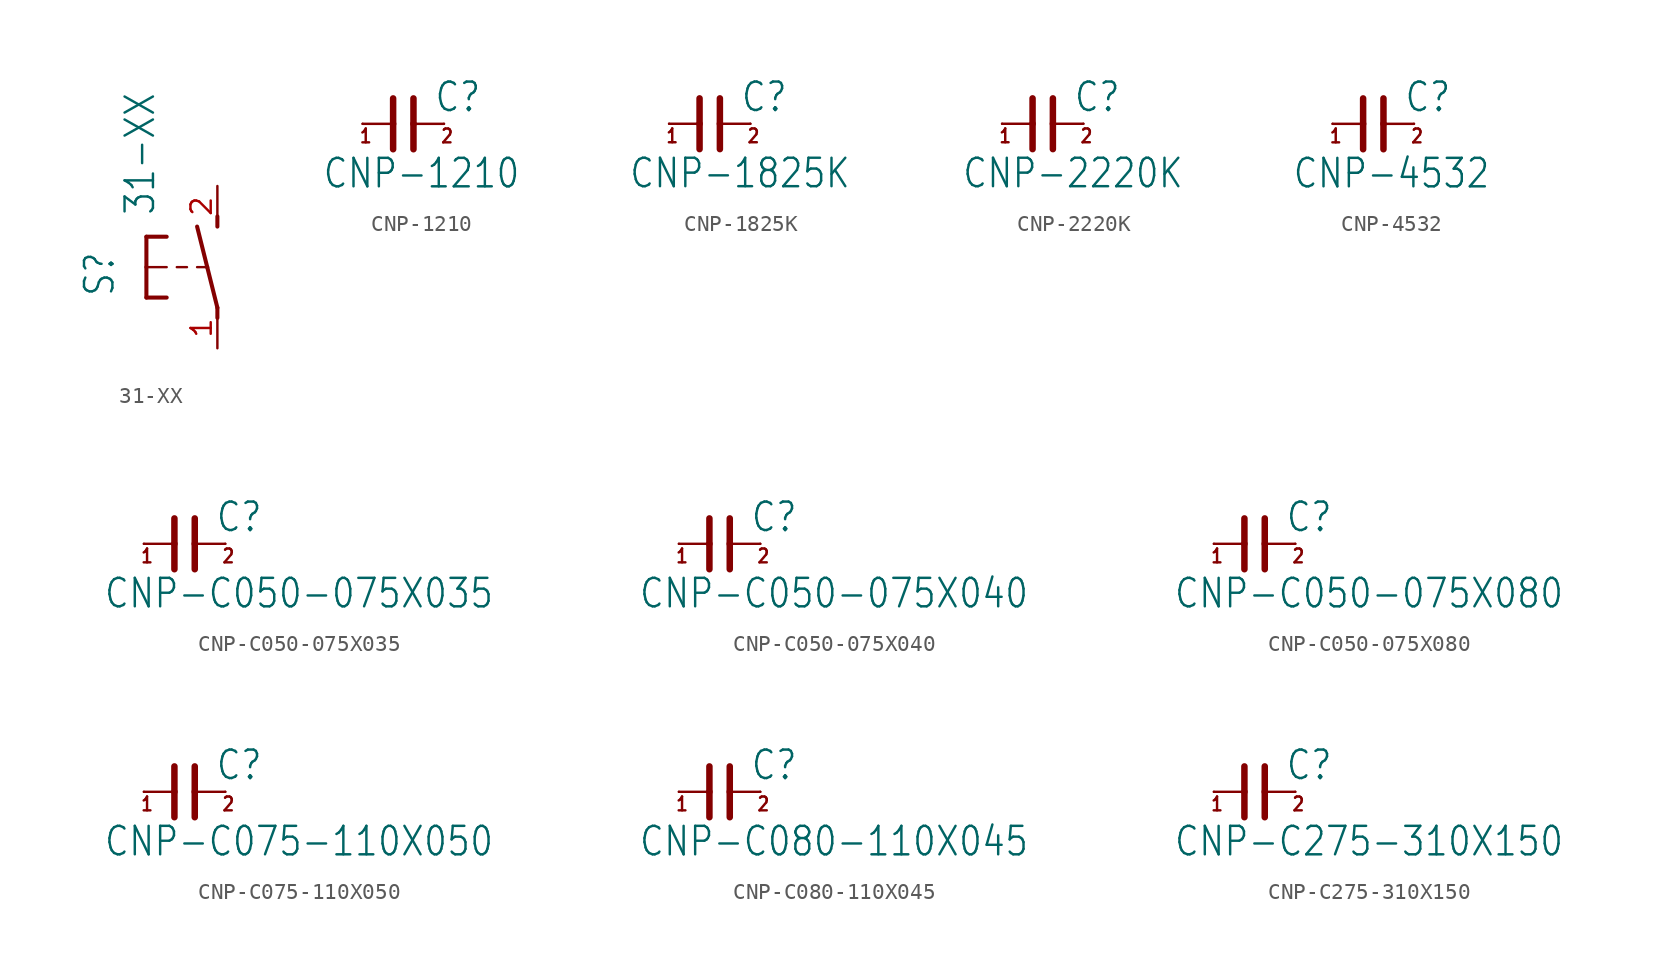
<source format=kicad_sym>
(kicad_symbol_lib
  (version 20211014)
  (generator kicad_symbol_editor)
  (symbol "31-XX"
    (property "Reference" "S"
      (at -6.35 -1.905 90)
      (effects (font (size 1.778 1.511)) (justify left bottom)))
    (property "Value" "31-XX"
      (at -3.81 3.175 90)
      (effects (font (size 1.778 1.511)) (justify left bottom)))
    (property "ki_locked" ""
      (at 0 0 0)
      (effects (font (size 1.27 1.27))))
    (symbol "31-XX_1_0"
      (polyline (pts (xy -4.445 -1.905) (xy -3.175 -1.905)) (stroke (width 0.254) (type default) (color 0 0 0 0)) (fill (type none)))
      (polyline (pts (xy -4.445 0) (xy -4.445 -1.905)) (stroke (width 0.254) (type default) (color 0 0 0 0)) (fill (type none)))
      (polyline (pts (xy -4.445 0) (xy -3.175 0)) (stroke (width 0.152) (type default) (color 0 0 0 0)) (fill (type none)))
      (polyline (pts (xy -4.445 1.905) (xy -4.445 0)) (stroke (width 0.254) (type default) (color 0 0 0 0)) (fill (type none)))
      (polyline (pts (xy -4.445 1.905) (xy -3.175 1.905)) (stroke (width 0.254) (type default) (color 0 0 0 0)) (fill (type none)))
      (polyline (pts (xy -2.54 0) (xy -1.905 0)) (stroke (width 0.152) (type default) (color 0 0 0 0)) (fill (type none)))
      (polyline (pts (xy -1.27 0) (xy -0.635 0)) (stroke (width 0.152) (type default) (color 0 0 0 0)) (fill (type none)))
      (polyline (pts (xy -0.635 0) (xy -1.27 2.54)) (stroke (width 0.254) (type default) (color 0 0 0 0)) (fill (type none)))
      (polyline (pts (xy 0 -3.175) (xy 0 -2.54)) (stroke (width 0.254) (type default) (color 0 0 0 0)) (fill (type none)))
      (polyline (pts (xy 0 -2.54) (xy -0.635 0)) (stroke (width 0.254) (type default) (color 0 0 0 0)) (fill (type none)))
      (polyline (pts (xy 0 2.54) (xy 0 3.175)) (stroke (width 0.254) (type default) (color 0 0 0 0)) (fill (type none)))
      (pin passive line (at 0 -5.08 90) (length 2.54) (name "P" (effects (font (size 0 0)))) (number "1" (effects (font (size 1.27 1.27)))))
      (pin passive line (at 0 5.08 270) (length 2.54) (name "S" (effects (font (size 0 0)))) (number "2" (effects (font (size 1.27 1.27)))))))
  (symbol "CNP-1210"
    (property "Reference" "C"
      (at 1.905 0.635 0)
      (effects (font (size 1.778 1.511)) (justify left bottom)))
    (property "Value" "CNP-1210"
      (at -5.08 -4.128 0)
      (effects (font (size 1.778 1.511)) (justify left bottom)))
    (property "ki_locked" ""
      (at 0 0 0)
      (effects (font (size 1.27 1.27))))
    (symbol "CNP-1210_1_0"
      (polyline (pts (xy -2.54 0) (xy -0.635 0)) (stroke (width 0.152) (type default) (color 0 0 0 0)) (fill (type none)))
      (polyline (pts (xy -0.635 0) (xy -0.635 -1.587)) (stroke (width 0.406) (type default) (color 0 0 0 0)) (fill (type none)))
      (polyline (pts (xy -0.635 1.587) (xy -0.635 0)) (stroke (width 0.406) (type default) (color 0 0 0 0)) (fill (type none)))
      (polyline (pts (xy 0.635 0) (xy 0.635 -1.587)) (stroke (width 0.406) (type default) (color 0 0 0 0)) (fill (type none)))
      (polyline (pts (xy 0.635 1.587) (xy 0.635 0)) (stroke (width 0.406) (type default) (color 0 0 0 0)) (fill (type none)))
      (polyline (pts (xy 2.54 0) (xy 0.635 0)) (stroke (width 0.152) (type default) (color 0 0 0 0)) (fill (type none)))
      (text "1" (at -2.794 -1.27 0) (effects (font (size 0.864 0.734)) (justify left bottom)))
      (text "2" (at 2.286 -1.27 0) (effects (font (size 0.864 0.734)) (justify left bottom)))
      (pin passive line (at -2.54 0 0) (length 0) (name "1" (effects (font (size 0 0)))) (number "P$1" (effects (font (size 0 0)))))
      (pin passive line (at 2.54 0 180) (length 0) (name "2" (effects (font (size 0 0)))) (number "P$2" (effects (font (size 0 0)))))))
  (symbol "CNP-1825K"
    (property "Reference" "C"
      (at 1.905 0.635 0)
      (effects (font (size 1.778 1.511)) (justify left bottom)))
    (property "Value" "CNP-1825K"
      (at -5.08 -4.128 0)
      (effects (font (size 1.778 1.511)) (justify left bottom)))
    (property "ki_locked" ""
      (at 0 0 0)
      (effects (font (size 1.27 1.27))))
    (symbol "CNP-1825K_1_0"
      (polyline (pts (xy -2.54 0) (xy -0.635 0)) (stroke (width 0.152) (type default) (color 0 0 0 0)) (fill (type none)))
      (polyline (pts (xy -0.635 0) (xy -0.635 -1.587)) (stroke (width 0.406) (type default) (color 0 0 0 0)) (fill (type none)))
      (polyline (pts (xy -0.635 1.587) (xy -0.635 0)) (stroke (width 0.406) (type default) (color 0 0 0 0)) (fill (type none)))
      (polyline (pts (xy 0.635 0) (xy 0.635 -1.587)) (stroke (width 0.406) (type default) (color 0 0 0 0)) (fill (type none)))
      (polyline (pts (xy 0.635 1.587) (xy 0.635 0)) (stroke (width 0.406) (type default) (color 0 0 0 0)) (fill (type none)))
      (polyline (pts (xy 2.54 0) (xy 0.635 0)) (stroke (width 0.152) (type default) (color 0 0 0 0)) (fill (type none)))
      (text "1" (at -2.794 -1.27 0) (effects (font (size 0.864 0.734)) (justify left bottom)))
      (text "2" (at 2.286 -1.27 0) (effects (font (size 0.864 0.734)) (justify left bottom)))
      (pin passive line (at -2.54 0 0) (length 0) (name "1" (effects (font (size 0 0)))) (number "1" (effects (font (size 0 0)))))
      (pin passive line (at 2.54 0 180) (length 0) (name "2" (effects (font (size 0 0)))) (number "2" (effects (font (size 0 0)))))))
  (symbol "CNP-2220K"
    (property "Reference" "C"
      (at 1.905 0.635 0)
      (effects (font (size 1.778 1.511)) (justify left bottom)))
    (property "Value" "CNP-2220K"
      (at -5.08 -4.128 0)
      (effects (font (size 1.778 1.511)) (justify left bottom)))
    (property "ki_locked" ""
      (at 0 0 0)
      (effects (font (size 1.27 1.27))))
    (symbol "CNP-2220K_1_0"
      (polyline (pts (xy -2.54 0) (xy -0.635 0)) (stroke (width 0.152) (type default) (color 0 0 0 0)) (fill (type none)))
      (polyline (pts (xy -0.635 0) (xy -0.635 -1.587)) (stroke (width 0.406) (type default) (color 0 0 0 0)) (fill (type none)))
      (polyline (pts (xy -0.635 1.587) (xy -0.635 0)) (stroke (width 0.406) (type default) (color 0 0 0 0)) (fill (type none)))
      (polyline (pts (xy 0.635 0) (xy 0.635 -1.587)) (stroke (width 0.406) (type default) (color 0 0 0 0)) (fill (type none)))
      (polyline (pts (xy 0.635 1.587) (xy 0.635 0)) (stroke (width 0.406) (type default) (color 0 0 0 0)) (fill (type none)))
      (polyline (pts (xy 2.54 0) (xy 0.635 0)) (stroke (width 0.152) (type default) (color 0 0 0 0)) (fill (type none)))
      (text "1" (at -2.794 -1.27 0) (effects (font (size 0.864 0.734)) (justify left bottom)))
      (text "2" (at 2.286 -1.27 0) (effects (font (size 0.864 0.734)) (justify left bottom)))
      (pin passive line (at -2.54 0 0) (length 0) (name "1" (effects (font (size 0 0)))) (number "1" (effects (font (size 0 0)))))
      (pin passive line (at 2.54 0 180) (length 0) (name "2" (effects (font (size 0 0)))) (number "2" (effects (font (size 0 0)))))))
  (symbol "CNP-4532"
    (property "Reference" "C"
      (at 1.905 0.635 0)
      (effects (font (size 1.778 1.511)) (justify left bottom)))
    (property "Value" "CNP-4532"
      (at -5.08 -4.128 0)
      (effects (font (size 1.778 1.511)) (justify left bottom)))
    (property "ki_locked" ""
      (at 0 0 0)
      (effects (font (size 1.27 1.27))))
    (symbol "CNP-4532_1_0"
      (polyline (pts (xy -2.54 0) (xy -0.635 0)) (stroke (width 0.152) (type default) (color 0 0 0 0)) (fill (type none)))
      (polyline (pts (xy -0.635 0) (xy -0.635 -1.587)) (stroke (width 0.406) (type default) (color 0 0 0 0)) (fill (type none)))
      (polyline (pts (xy -0.635 1.587) (xy -0.635 0)) (stroke (width 0.406) (type default) (color 0 0 0 0)) (fill (type none)))
      (polyline (pts (xy 0.635 0) (xy 0.635 -1.587)) (stroke (width 0.406) (type default) (color 0 0 0 0)) (fill (type none)))
      (polyline (pts (xy 0.635 1.587) (xy 0.635 0)) (stroke (width 0.406) (type default) (color 0 0 0 0)) (fill (type none)))
      (polyline (pts (xy 2.54 0) (xy 0.635 0)) (stroke (width 0.152) (type default) (color 0 0 0 0)) (fill (type none)))
      (text "1" (at -2.794 -1.27 0) (effects (font (size 0.864 0.734)) (justify left bottom)))
      (text "2" (at 2.286 -1.27 0) (effects (font (size 0.864 0.734)) (justify left bottom)))
      (pin passive line (at -2.54 0 0) (length 0) (name "1" (effects (font (size 0 0)))) (number "1" (effects (font (size 0 0)))))
      (pin passive line (at 2.54 0 180) (length 0) (name "2" (effects (font (size 0 0)))) (number "2" (effects (font (size 0 0)))))))
  (symbol "CNP-C050-075X035"
    (property "Reference" "C"
      (at 1.905 0.635 0)
      (effects (font (size 1.778 1.511)) (justify left bottom)))
    (property "Value" "CNP-C050-075X035"
      (at -5.08 -4.128 0)
      (effects (font (size 1.778 1.511)) (justify left bottom)))
    (property "ki_locked" ""
      (at 0 0 0)
      (effects (font (size 1.27 1.27))))
    (symbol "CNP-C050-075X035_1_0"
      (polyline (pts (xy -2.54 0) (xy -0.635 0)) (stroke (width 0.152) (type default) (color 0 0 0 0)) (fill (type none)))
      (polyline (pts (xy -0.635 0) (xy -0.635 -1.587)) (stroke (width 0.406) (type default) (color 0 0 0 0)) (fill (type none)))
      (polyline (pts (xy -0.635 1.587) (xy -0.635 0)) (stroke (width 0.406) (type default) (color 0 0 0 0)) (fill (type none)))
      (polyline (pts (xy 0.635 0) (xy 0.635 -1.587)) (stroke (width 0.406) (type default) (color 0 0 0 0)) (fill (type none)))
      (polyline (pts (xy 0.635 1.587) (xy 0.635 0)) (stroke (width 0.406) (type default) (color 0 0 0 0)) (fill (type none)))
      (polyline (pts (xy 2.54 0) (xy 0.635 0)) (stroke (width 0.152) (type default) (color 0 0 0 0)) (fill (type none)))
      (text "1" (at -2.794 -1.27 0) (effects (font (size 0.864 0.734)) (justify left bottom)))
      (text "2" (at 2.286 -1.27 0) (effects (font (size 0.864 0.734)) (justify left bottom)))
      (pin passive line (at -2.54 0 0) (length 0) (name "1" (effects (font (size 0 0)))) (number "1" (effects (font (size 0 0)))))
      (pin passive line (at 2.54 0 180) (length 0) (name "2" (effects (font (size 0 0)))) (number "2" (effects (font (size 0 0)))))))
  (symbol "CNP-C050-075X040"
    (property "Reference" "C"
      (at 1.905 0.635 0)
      (effects (font (size 1.778 1.511)) (justify left bottom)))
    (property "Value" "CNP-C050-075X040"
      (at -5.08 -4.128 0)
      (effects (font (size 1.778 1.511)) (justify left bottom)))
    (property "ki_locked" ""
      (at 0 0 0)
      (effects (font (size 1.27 1.27))))
    (symbol "CNP-C050-075X040_1_0"
      (polyline (pts (xy -2.54 0) (xy -0.635 0)) (stroke (width 0.152) (type default) (color 0 0 0 0)) (fill (type none)))
      (polyline (pts (xy -0.635 0) (xy -0.635 -1.587)) (stroke (width 0.406) (type default) (color 0 0 0 0)) (fill (type none)))
      (polyline (pts (xy -0.635 1.587) (xy -0.635 0)) (stroke (width 0.406) (type default) (color 0 0 0 0)) (fill (type none)))
      (polyline (pts (xy 0.635 0) (xy 0.635 -1.587)) (stroke (width 0.406) (type default) (color 0 0 0 0)) (fill (type none)))
      (polyline (pts (xy 0.635 1.587) (xy 0.635 0)) (stroke (width 0.406) (type default) (color 0 0 0 0)) (fill (type none)))
      (polyline (pts (xy 2.54 0) (xy 0.635 0)) (stroke (width 0.152) (type default) (color 0 0 0 0)) (fill (type none)))
      (text "1" (at -2.794 -1.27 0) (effects (font (size 0.864 0.734)) (justify left bottom)))
      (text "2" (at 2.286 -1.27 0) (effects (font (size 0.864 0.734)) (justify left bottom)))
      (pin passive line (at -2.54 0 0) (length 0) (name "1" (effects (font (size 0 0)))) (number "1" (effects (font (size 0 0)))))
      (pin passive line (at 2.54 0 180) (length 0) (name "2" (effects (font (size 0 0)))) (number "2" (effects (font (size 0 0)))))))
  (symbol "CNP-C050-075X080"
    (property "Reference" "C"
      (at 1.905 0.635 0)
      (effects (font (size 1.778 1.511)) (justify left bottom)))
    (property "Value" "CNP-C050-075X080"
      (at -5.08 -4.128 0)
      (effects (font (size 1.778 1.511)) (justify left bottom)))
    (property "ki_locked" ""
      (at 0 0 0)
      (effects (font (size 1.27 1.27))))
    (symbol "CNP-C050-075X080_1_0"
      (polyline (pts (xy -2.54 0) (xy -0.635 0)) (stroke (width 0.152) (type default) (color 0 0 0 0)) (fill (type none)))
      (polyline (pts (xy -0.635 0) (xy -0.635 -1.587)) (stroke (width 0.406) (type default) (color 0 0 0 0)) (fill (type none)))
      (polyline (pts (xy -0.635 1.587) (xy -0.635 0)) (stroke (width 0.406) (type default) (color 0 0 0 0)) (fill (type none)))
      (polyline (pts (xy 0.635 0) (xy 0.635 -1.587)) (stroke (width 0.406) (type default) (color 0 0 0 0)) (fill (type none)))
      (polyline (pts (xy 0.635 1.587) (xy 0.635 0)) (stroke (width 0.406) (type default) (color 0 0 0 0)) (fill (type none)))
      (polyline (pts (xy 2.54 0) (xy 0.635 0)) (stroke (width 0.152) (type default) (color 0 0 0 0)) (fill (type none)))
      (text "1" (at -2.794 -1.27 0) (effects (font (size 0.864 0.734)) (justify left bottom)))
      (text "2" (at 2.286 -1.27 0) (effects (font (size 0.864 0.734)) (justify left bottom)))
      (pin passive line (at -2.54 0 0) (length 0) (name "1" (effects (font (size 0 0)))) (number "1" (effects (font (size 0 0)))))
      (pin passive line (at 2.54 0 180) (length 0) (name "2" (effects (font (size 0 0)))) (number "2" (effects (font (size 0 0)))))))
  (symbol "CNP-C075-110X050"
    (property "Reference" "C"
      (at 1.905 0.635 0)
      (effects (font (size 1.778 1.511)) (justify left bottom)))
    (property "Value" "CNP-C075-110X050"
      (at -5.08 -4.128 0)
      (effects (font (size 1.778 1.511)) (justify left bottom)))
    (property "ki_locked" ""
      (at 0 0 0)
      (effects (font (size 1.27 1.27))))
    (symbol "CNP-C075-110X050_1_0"
      (polyline (pts (xy -2.54 0) (xy -0.635 0)) (stroke (width 0.152) (type default) (color 0 0 0 0)) (fill (type none)))
      (polyline (pts (xy -0.635 0) (xy -0.635 -1.587)) (stroke (width 0.406) (type default) (color 0 0 0 0)) (fill (type none)))
      (polyline (pts (xy -0.635 1.587) (xy -0.635 0)) (stroke (width 0.406) (type default) (color 0 0 0 0)) (fill (type none)))
      (polyline (pts (xy 0.635 0) (xy 0.635 -1.587)) (stroke (width 0.406) (type default) (color 0 0 0 0)) (fill (type none)))
      (polyline (pts (xy 0.635 1.587) (xy 0.635 0)) (stroke (width 0.406) (type default) (color 0 0 0 0)) (fill (type none)))
      (polyline (pts (xy 2.54 0) (xy 0.635 0)) (stroke (width 0.152) (type default) (color 0 0 0 0)) (fill (type none)))
      (text "1" (at -2.794 -1.27 0) (effects (font (size 0.864 0.734)) (justify left bottom)))
      (text "2" (at 2.286 -1.27 0) (effects (font (size 0.864 0.734)) (justify left bottom)))
      (pin passive line (at -2.54 0 0) (length 0) (name "1" (effects (font (size 0 0)))) (number "1" (effects (font (size 0 0)))))
      (pin passive line (at 2.54 0 180) (length 0) (name "2" (effects (font (size 0 0)))) (number "2" (effects (font (size 0 0)))))))
  (symbol "CNP-C080-110X045"
    (property "Reference" "C"
      (at 1.905 0.635 0)
      (effects (font (size 1.778 1.511)) (justify left bottom)))
    (property "Value" "CNP-C080-110X045"
      (at -5.08 -4.128 0)
      (effects (font (size 1.778 1.511)) (justify left bottom)))
    (property "ki_locked" ""
      (at 0 0 0)
      (effects (font (size 1.27 1.27))))
    (symbol "CNP-C080-110X045_1_0"
      (polyline (pts (xy -2.54 0) (xy -0.635 0)) (stroke (width 0.152) (type default) (color 0 0 0 0)) (fill (type none)))
      (polyline (pts (xy -0.635 0) (xy -0.635 -1.587)) (stroke (width 0.406) (type default) (color 0 0 0 0)) (fill (type none)))
      (polyline (pts (xy -0.635 1.587) (xy -0.635 0)) (stroke (width 0.406) (type default) (color 0 0 0 0)) (fill (type none)))
      (polyline (pts (xy 0.635 0) (xy 0.635 -1.587)) (stroke (width 0.406) (type default) (color 0 0 0 0)) (fill (type none)))
      (polyline (pts (xy 0.635 1.587) (xy 0.635 0)) (stroke (width 0.406) (type default) (color 0 0 0 0)) (fill (type none)))
      (polyline (pts (xy 2.54 0) (xy 0.635 0)) (stroke (width 0.152) (type default) (color 0 0 0 0)) (fill (type none)))
      (text "1" (at -2.794 -1.27 0) (effects (font (size 0.864 0.734)) (justify left bottom)))
      (text "2" (at 2.286 -1.27 0) (effects (font (size 0.864 0.734)) (justify left bottom)))
      (pin passive line (at -2.54 0 0) (length 0) (name "1" (effects (font (size 0 0)))) (number "1" (effects (font (size 0 0)))))
      (pin passive line (at 2.54 0 180) (length 0) (name "2" (effects (font (size 0 0)))) (number "2" (effects (font (size 0 0)))))))
  (symbol "CNP-C275-310X150"
    (property "Reference" "C"
      (at 1.905 0.635 0)
      (effects (font (size 1.778 1.511)) (justify left bottom)))
    (property "Value" "CNP-C275-310X150"
      (at -5.08 -4.128 0)
      (effects (font (size 1.778 1.511)) (justify left bottom)))
    (property "ki_locked" ""
      (at 0 0 0)
      (effects (font (size 1.27 1.27))))
    (symbol "CNP-C275-310X150_1_0"
      (polyline (pts (xy -2.54 0) (xy -0.635 0)) (stroke (width 0.152) (type default) (color 0 0 0 0)) (fill (type none)))
      (polyline (pts (xy -0.635 0) (xy -0.635 -1.587)) (stroke (width 0.406) (type default) (color 0 0 0 0)) (fill (type none)))
      (polyline (pts (xy -0.635 1.587) (xy -0.635 0)) (stroke (width 0.406) (type default) (color 0 0 0 0)) (fill (type none)))
      (polyline (pts (xy 0.635 0) (xy 0.635 -1.587)) (stroke (width 0.406) (type default) (color 0 0 0 0)) (fill (type none)))
      (polyline (pts (xy 0.635 1.587) (xy 0.635 0)) (stroke (width 0.406) (type default) (color 0 0 0 0)) (fill (type none)))
      (polyline (pts (xy 2.54 0) (xy 0.635 0)) (stroke (width 0.152) (type default) (color 0 0 0 0)) (fill (type none)))
      (text "1" (at -2.794 -1.27 0) (effects (font (size 0.864 0.734)) (justify left bottom)))
      (text "2" (at 2.286 -1.27 0) (effects (font (size 0.864 0.734)) (justify left bottom)))
      (pin passive line (at -2.54 0 0) (length 0) (name "1" (effects (font (size 0 0)))) (number "1" (effects (font (size 0 0)))))
      (pin passive line (at 2.54 0 180) (length 0) (name "2" (effects (font (size 0 0)))) (number "2" (effects (font (size 0 0))))))))
</source>
